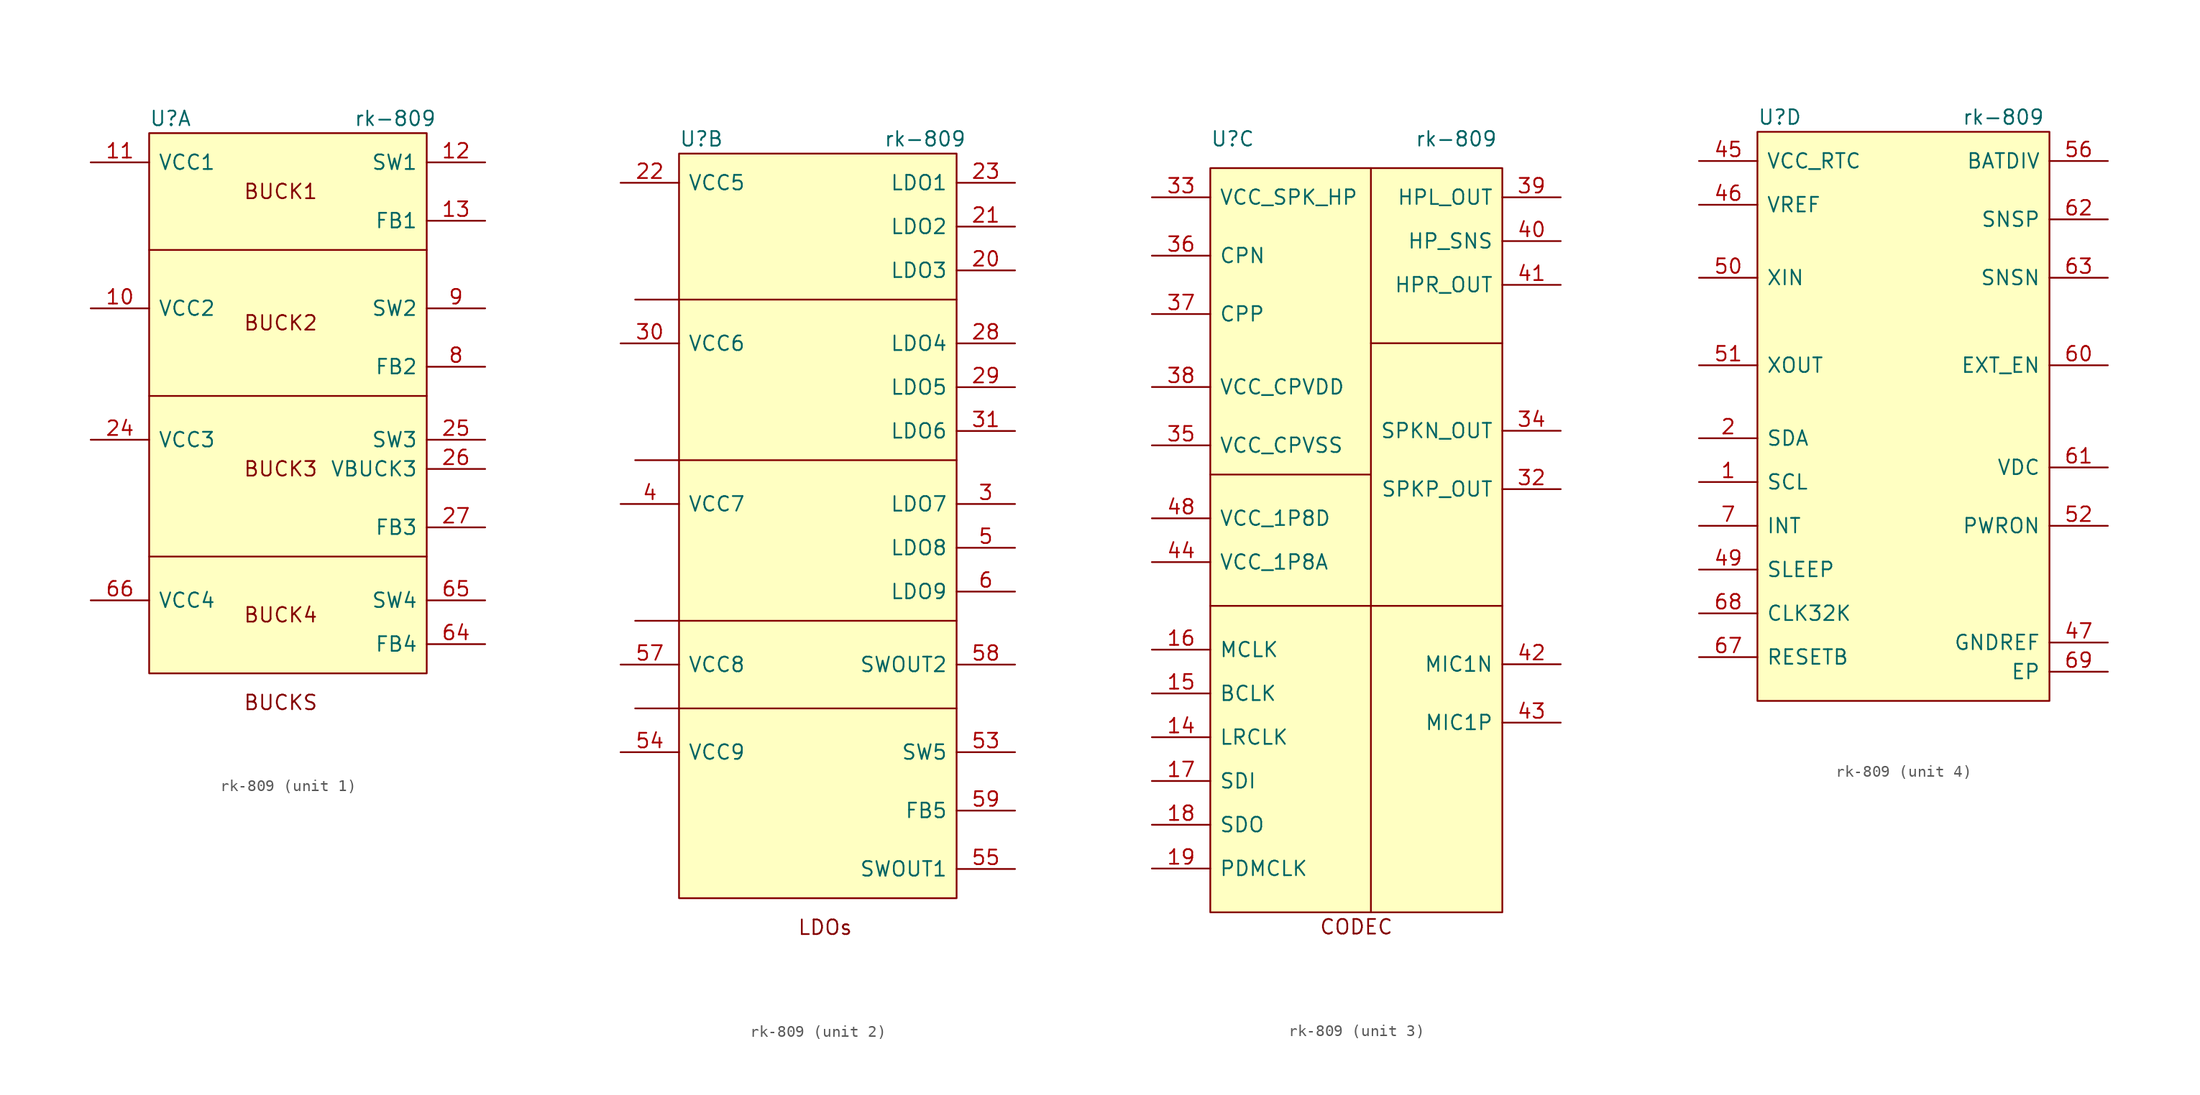
<source format=kicad_sym>
(kicad_symbol_lib
  (version 20211014)
  (generator kicad_symbol_editor)
  (symbol "rk-809"
    (pin_names
      (offset 0.762))
    (property "Reference" "U"
      (at 5.08 12.7 0)
      (effects (font (size 1.27 1.27)) (justify left)))
    (property "Value" "rk-809"
      (at 22.86 12.7 0)
      (effects (font (size 1.27 1.27)) (justify left)))
    (property "ki_locked" ""
      (at 0 0 0)
      (effects (font (size 1.27 1.27))))
    (symbol "rk-809_1_1"
      (polyline (pts (xy 5.08 -25.4) (xy 29.21 -25.4)) (stroke (width 0) (type default) (color 0 0 0 0)) (fill (type none)))
      (polyline (pts (xy 5.08 -11.43) (xy 29.21 -11.43)) (stroke (width 0) (type default) (color 0 0 0 0)) (fill (type none)))
      (polyline (pts (xy 5.08 1.27) (xy 29.21 1.27)) (stroke (width 0) (type default) (color 0 0 0 0)) (fill (type none)))
      (rectangle (start 5.08 11.43) (end 29.21 -35.56) (stroke (width 0) (type default) (color 0 0 0 0)) (fill (type background)))
      (text "BUCK1" (at 16.51 6.35 0) (effects (font (size 1.27 1.27))))
      (text "BUCK2" (at 16.51 -5.08 0) (effects (font (size 1.27 1.27))))
      (text "BUCK3" (at 16.51 -17.78 0) (effects (font (size 1.27 1.27))))
      (text "BUCK4" (at 16.51 -30.48 0) (effects (font (size 1.27 1.27))))
      (text "BUCKS" (at 16.51 -38.1 0) (effects (font (size 1.27 1.27))))
      (pin passive line (at 0 -3.81 0) (length 5.08) (name "VCC2" (effects (font (size 1.27 1.27)))) (number "10" (effects (font (size 1.27 1.27)))))
      (pin passive line (at 0 8.89 0) (length 5.08) (name "VCC1" (effects (font (size 1.27 1.27)))) (number "11" (effects (font (size 1.27 1.27)))))
      (pin passive line (at 34.29 8.89 180) (length 5.08) (name "SW1" (effects (font (size 1.27 1.27)))) (number "12" (effects (font (size 1.27 1.27)))))
      (pin passive line (at 34.29 3.81 180) (length 5.08) (name "FB1" (effects (font (size 1.27 1.27)))) (number "13" (effects (font (size 1.27 1.27)))))
      (pin passive line (at 0 -15.24 0) (length 5.08) (name "VCC3" (effects (font (size 1.27 1.27)))) (number "24" (effects (font (size 1.27 1.27)))))
      (pin passive line (at 34.29 -15.24 180) (length 5.08) (name "SW3" (effects (font (size 1.27 1.27)))) (number "25" (effects (font (size 1.27 1.27)))))
      (pin passive line (at 34.29 -17.78 180) (length 5.08) (name "VBUCK3" (effects (font (size 1.27 1.27)))) (number "26" (effects (font (size 1.27 1.27)))))
      (pin passive line (at 34.29 -22.86 180) (length 5.08) (name "FB3" (effects (font (size 1.27 1.27)))) (number "27" (effects (font (size 1.27 1.27)))))
      (pin passive line (at 34.29 -33.02 180) (length 5.08) (name "FB4" (effects (font (size 1.27 1.27)))) (number "64" (effects (font (size 1.27 1.27)))))
      (pin passive line (at 34.29 -29.21 180) (length 5.08) (name "SW4" (effects (font (size 1.27 1.27)))) (number "65" (effects (font (size 1.27 1.27)))))
      (pin passive line (at 0 -29.21 0) (length 5.08) (name "VCC4" (effects (font (size 1.27 1.27)))) (number "66" (effects (font (size 1.27 1.27)))))
      (pin passive line (at 34.29 -8.89 180) (length 5.08) (name "FB2" (effects (font (size 1.27 1.27)))) (number "8" (effects (font (size 1.27 1.27)))))
      (pin passive line (at 34.29 -3.81 180) (length 5.08) (name "SW2" (effects (font (size 1.27 1.27)))) (number "9" (effects (font (size 1.27 1.27))))))
    (symbol "rk-809_2_1"
      (polyline (pts (xy 29.21 -36.83) (xy 1.27 -36.83)) (stroke (width 0) (type default) (color 0 0 0 0)) (fill (type none)))
      (polyline (pts (xy 29.21 -29.21) (xy 1.27 -29.21)) (stroke (width 0) (type default) (color 0 0 0 0)) (fill (type none)))
      (polyline (pts (xy 29.21 -15.24) (xy 1.27 -15.24)) (stroke (width 0) (type default) (color 0 0 0 0)) (fill (type none)))
      (polyline (pts (xy 29.21 -1.27) (xy 1.27 -1.27)) (stroke (width 0) (type default) (color 0 0 0 0)) (fill (type none)))
      (rectangle (start 5.08 11.43) (end 29.21 -53.34) (stroke (width 0) (type default) (color 0 0 0 0)) (fill (type background)))
      (text "LDOs" (at 17.78 -55.88 0) (effects (font (size 1.27 1.27))))
      (pin passive line (at 34.29 1.27 180) (length 5.08) (name "LDO3" (effects (font (size 1.27 1.27)))) (number "20" (effects (font (size 1.27 1.27)))))
      (pin passive line (at 34.29 5.08 180) (length 5.08) (name "LDO2" (effects (font (size 1.27 1.27)))) (number "21" (effects (font (size 1.27 1.27)))))
      (pin passive line (at 0 8.89 0) (length 5.08) (name "VCC5" (effects (font (size 1.27 1.27)))) (number "22" (effects (font (size 1.27 1.27)))))
      (pin passive line (at 34.29 8.89 180) (length 5.08) (name "LDO1" (effects (font (size 1.27 1.27)))) (number "23" (effects (font (size 1.27 1.27)))))
      (pin passive line (at 34.29 -5.08 180) (length 5.08) (name "LDO4" (effects (font (size 1.27 1.27)))) (number "28" (effects (font (size 1.27 1.27)))))
      (pin passive line (at 34.29 -8.89 180) (length 5.08) (name "LDO5" (effects (font (size 1.27 1.27)))) (number "29" (effects (font (size 1.27 1.27)))))
      (pin passive line (at 34.29 -19.05 180) (length 5.08) (name "LDO7" (effects (font (size 1.27 1.27)))) (number "3" (effects (font (size 1.27 1.27)))))
      (pin passive line (at 0 -5.08 0) (length 5.08) (name "VCC6" (effects (font (size 1.27 1.27)))) (number "30" (effects (font (size 1.27 1.27)))))
      (pin passive line (at 34.29 -12.7 180) (length 5.08) (name "LDO6" (effects (font (size 1.27 1.27)))) (number "31" (effects (font (size 1.27 1.27)))))
      (pin passive line (at 0 -19.05 0) (length 5.08) (name "VCC7" (effects (font (size 1.27 1.27)))) (number "4" (effects (font (size 1.27 1.27)))))
      (pin passive line (at 34.29 -22.86 180) (length 5.08) (name "LDO8" (effects (font (size 1.27 1.27)))) (number "5" (effects (font (size 1.27 1.27)))))
      (pin passive line (at 34.29 -40.64 180) (length 5.08) (name "SW5" (effects (font (size 1.27 1.27)))) (number "53" (effects (font (size 1.27 1.27)))))
      (pin passive line (at 0 -40.64 0) (length 5.08) (name "VCC9" (effects (font (size 1.27 1.27)))) (number "54" (effects (font (size 1.27 1.27)))))
      (pin passive line (at 34.29 -50.8 180) (length 5.08) (name "SWOUT1" (effects (font (size 1.27 1.27)))) (number "55" (effects (font (size 1.27 1.27)))))
      (pin passive line (at 0 -33.02 0) (length 5.08) (name "VCC8" (effects (font (size 1.27 1.27)))) (number "57" (effects (font (size 1.27 1.27)))))
      (pin passive line (at 34.29 -33.02 180) (length 5.08) (name "SWOUT2" (effects (font (size 1.27 1.27)))) (number "58" (effects (font (size 1.27 1.27)))))
      (pin passive line (at 34.29 -45.72 180) (length 5.08) (name "FB5" (effects (font (size 1.27 1.27)))) (number "59" (effects (font (size 1.27 1.27)))))
      (pin passive line (at 34.29 -26.67 180) (length 5.08) (name "LDO9" (effects (font (size 1.27 1.27)))) (number "6" (effects (font (size 1.27 1.27))))))
    (symbol "rk-809_3_1"
      (polyline (pts (xy 19.05 -27.94) (xy 5.08 -27.94)) (stroke (width 0) (type default) (color 0 0 0 0)) (fill (type none)))
      (polyline (pts (xy 19.05 -27.94) (xy 30.48 -27.94)) (stroke (width 0) (type default) (color 0 0 0 0)) (fill (type none)))
      (polyline (pts (xy 19.05 -16.51) (xy 5.08 -16.51)) (stroke (width 0) (type default) (color 0 0 0 0)) (fill (type none)))
      (polyline (pts (xy 19.05 10.16) (xy 19.05 -54.61)) (stroke (width 0) (type default) (color 0 0 0 0)) (fill (type none)))
      (polyline (pts (xy 30.48 -5.08) (xy 19.05 -5.08)) (stroke (width 0) (type default) (color 0 0 0 0)) (fill (type none)))
      (rectangle (start 5.08 10.16) (end 30.48 -54.61) (stroke (width 0) (type default) (color 0 0 0 0)) (fill (type background)))
      (text "CODEC" (at 17.78 -55.88 0) (effects (font (size 1.27 1.27))))
      (pin passive line (at 0 -39.37 0) (length 5.08) (name "LRCLK" (effects (font (size 1.27 1.27)))) (number "14" (effects (font (size 1.27 1.27)))))
      (pin passive line (at 0 -35.56 0) (length 5.08) (name "BCLK" (effects (font (size 1.27 1.27)))) (number "15" (effects (font (size 1.27 1.27)))))
      (pin passive line (at 0 -31.75 0) (length 5.08) (name "MCLK" (effects (font (size 1.27 1.27)))) (number "16" (effects (font (size 1.27 1.27)))))
      (pin passive line (at 0 -43.18 0) (length 5.08) (name "SDI" (effects (font (size 1.27 1.27)))) (number "17" (effects (font (size 1.27 1.27)))))
      (pin passive line (at 0 -46.99 0) (length 5.08) (name "SDO" (effects (font (size 1.27 1.27)))) (number "18" (effects (font (size 1.27 1.27)))))
      (pin passive line (at 0 -50.8 0) (length 5.08) (name "PDMCLK" (effects (font (size 1.27 1.27)))) (number "19" (effects (font (size 1.27 1.27)))))
      (pin passive line (at 35.56 -17.78 180) (length 5.08) (name "SPKP_OUT" (effects (font (size 1.27 1.27)))) (number "32" (effects (font (size 1.27 1.27)))))
      (pin passive line (at 0 7.62 0) (length 5.08) (name "VCC_SPK_HP" (effects (font (size 1.27 1.27)))) (number "33" (effects (font (size 1.27 1.27)))))
      (pin passive line (at 35.56 -12.7 180) (length 5.08) (name "SPKN_OUT" (effects (font (size 1.27 1.27)))) (number "34" (effects (font (size 1.27 1.27)))))
      (pin passive line (at 0 -13.97 0) (length 5.08) (name "VCC_CPVSS" (effects (font (size 1.27 1.27)))) (number "35" (effects (font (size 1.27 1.27)))))
      (pin passive line (at 0 2.54 0) (length 5.08) (name "CPN" (effects (font (size 1.27 1.27)))) (number "36" (effects (font (size 1.27 1.27)))))
      (pin passive line (at 0 -2.54 0) (length 5.08) (name "CPP" (effects (font (size 1.27 1.27)))) (number "37" (effects (font (size 1.27 1.27)))))
      (pin passive line (at 0 -8.89 0) (length 5.08) (name "VCC_CPVDD" (effects (font (size 1.27 1.27)))) (number "38" (effects (font (size 1.27 1.27)))))
      (pin passive line (at 35.56 7.62 180) (length 5.08) (name "HPL_OUT" (effects (font (size 1.27 1.27)))) (number "39" (effects (font (size 1.27 1.27)))))
      (pin passive line (at 35.56 3.81 180) (length 5.08) (name "HP_SNS" (effects (font (size 1.27 1.27)))) (number "40" (effects (font (size 1.27 1.27)))))
      (pin passive line (at 35.56 0 180) (length 5.08) (name "HPR_OUT" (effects (font (size 1.27 1.27)))) (number "41" (effects (font (size 1.27 1.27)))))
      (pin passive line (at 35.56 -33.02 180) (length 5.08) (name "MIC1N" (effects (font (size 1.27 1.27)))) (number "42" (effects (font (size 1.27 1.27)))))
      (pin passive line (at 35.56 -38.1 180) (length 5.08) (name "MIC1P" (effects (font (size 1.27 1.27)))) (number "43" (effects (font (size 1.27 1.27)))))
      (pin passive line (at 0 -24.13 0) (length 5.08) (name "VCC_1P8A" (effects (font (size 1.27 1.27)))) (number "44" (effects (font (size 1.27 1.27)))))
      (pin passive line (at 0 -20.32 0) (length 5.08) (name "VCC_1P8D" (effects (font (size 1.27 1.27)))) (number "48" (effects (font (size 1.27 1.27))))))
    (symbol "rk-809_4_1"
      (rectangle (start 5.08 11.43) (end 30.48 -38.1) (stroke (width 0) (type default) (color 0 0 0 0)) (fill (type background)))
      (pin passive line (at 0 -19.05 0) (length 5.08) (name "SCL" (effects (font (size 1.27 1.27)))) (number "1" (effects (font (size 1.27 1.27)))))
      (pin passive line (at 0 -15.24 0) (length 5.08) (name "SDA" (effects (font (size 1.27 1.27)))) (number "2" (effects (font (size 1.27 1.27)))))
      (pin passive line (at 0 8.89 0) (length 5.08) (name "VCC_RTC" (effects (font (size 1.27 1.27)))) (number "45" (effects (font (size 1.27 1.27)))))
      (pin passive line (at 0 5.08 0) (length 5.08) (name "VREF" (effects (font (size 1.27 1.27)))) (number "46" (effects (font (size 1.27 1.27)))))
      (pin passive line (at 35.56 -33.02 180) (length 5.08) (name "GNDREF" (effects (font (size 1.27 1.27)))) (number "47" (effects (font (size 1.27 1.27)))))
      (pin passive line (at 0 -26.67 0) (length 5.08) (name "SLEEP" (effects (font (size 1.27 1.27)))) (number "49" (effects (font (size 1.27 1.27)))))
      (pin passive line (at 0 -1.27 0) (length 5.08) (name "XIN" (effects (font (size 1.27 1.27)))) (number "50" (effects (font (size 1.27 1.27)))))
      (pin passive line (at 0 -8.89 0) (length 5.08) (name "XOUT" (effects (font (size 1.27 1.27)))) (number "51" (effects (font (size 1.27 1.27)))))
      (pin passive line (at 35.56 -22.86 180) (length 5.08) (name "PWRON" (effects (font (size 1.27 1.27)))) (number "52" (effects (font (size 1.27 1.27)))))
      (pin passive line (at 35.56 8.89 180) (length 5.08) (name "BATDIV" (effects (font (size 1.27 1.27)))) (number "56" (effects (font (size 1.27 1.27)))))
      (pin passive line (at 35.56 -8.89 180) (length 5.08) (name "EXT_EN" (effects (font (size 1.27 1.27)))) (number "60" (effects (font (size 1.27 1.27)))))
      (pin passive line (at 35.56 -17.78 180) (length 5.08) (name "VDC" (effects (font (size 1.27 1.27)))) (number "61" (effects (font (size 1.27 1.27)))))
      (pin passive line (at 35.56 3.81 180) (length 5.08) (name "SNSP" (effects (font (size 1.27 1.27)))) (number "62" (effects (font (size 1.27 1.27)))))
      (pin passive line (at 35.56 -1.27 180) (length 5.08) (name "SNSN" (effects (font (size 1.27 1.27)))) (number "63" (effects (font (size 1.27 1.27)))))
      (pin passive line (at 0 -34.29 0) (length 5.08) (name "RESETB" (effects (font (size 1.27 1.27)))) (number "67" (effects (font (size 1.27 1.27)))))
      (pin passive line (at 0 -30.48 0) (length 5.08) (name "CLK32K" (effects (font (size 1.27 1.27)))) (number "68" (effects (font (size 1.27 1.27)))))
      (pin passive line (at 35.56 -35.56 180) (length 5.08) (name "EP" (effects (font (size 1.27 1.27)))) (number "69" (effects (font (size 1.27 1.27)))))
      (pin passive line (at 0 -22.86 0) (length 5.08) (name "INT" (effects (font (size 1.27 1.27)))) (number "7" (effects (font (size 1.27 1.27))))))))
</source>
